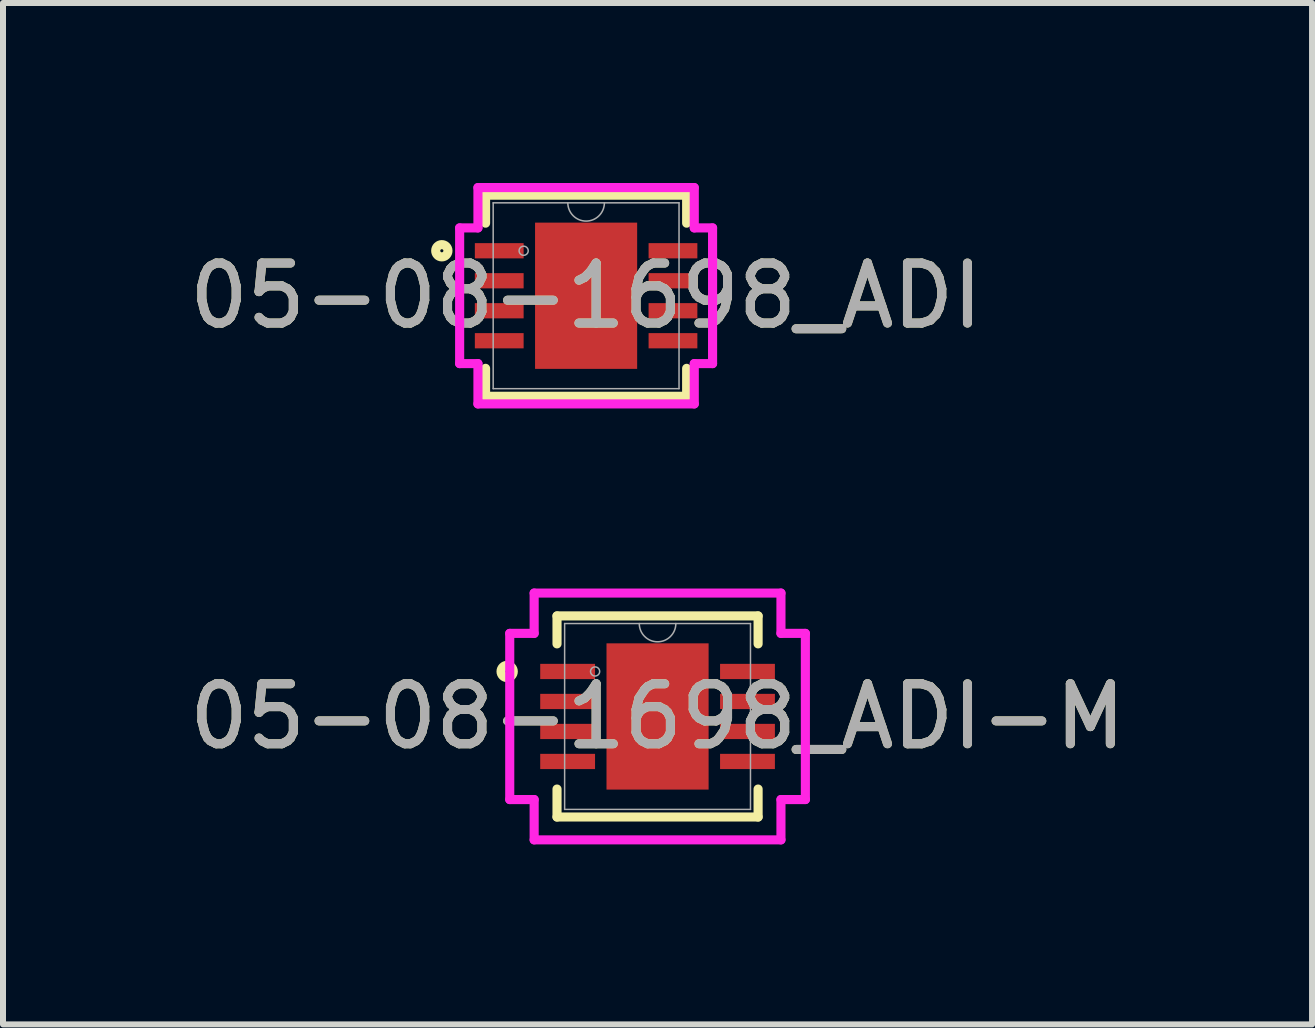
<source format=kicad_pcb>
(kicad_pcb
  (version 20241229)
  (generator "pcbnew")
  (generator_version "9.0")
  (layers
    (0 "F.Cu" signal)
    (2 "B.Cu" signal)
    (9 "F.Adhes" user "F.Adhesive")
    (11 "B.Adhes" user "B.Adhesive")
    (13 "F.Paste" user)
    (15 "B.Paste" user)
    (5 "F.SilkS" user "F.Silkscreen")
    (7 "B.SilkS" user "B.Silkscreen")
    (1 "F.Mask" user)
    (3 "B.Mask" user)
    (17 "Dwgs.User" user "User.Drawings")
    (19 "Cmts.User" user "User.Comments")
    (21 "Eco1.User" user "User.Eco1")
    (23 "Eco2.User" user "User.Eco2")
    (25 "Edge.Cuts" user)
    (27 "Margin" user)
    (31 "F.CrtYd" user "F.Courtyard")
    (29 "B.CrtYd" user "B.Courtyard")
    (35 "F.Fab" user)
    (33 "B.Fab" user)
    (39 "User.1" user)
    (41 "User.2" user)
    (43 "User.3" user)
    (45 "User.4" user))
  (footprint "05-08-1698_ADI-M"
    (layer "F.Cu")
    (at 7.911 8.893)
    (property "Reference" "05-08-1698_ADI-M" (at 0 0 0) (unlocked yes) (layer "F.SilkS") (effects (font (size 1 1) (thickness 0.15))))
    (attr smd)
    (fp_line (start -1.676 -1.676) (end -1.676 -1.21) (stroke (width 0.152) (type solid)) (layer "F.SilkS"))
    (fp_line (start -1.676 1.21) (end -1.676 1.676) (stroke (width 0.152) (type solid)) (layer "F.SilkS"))
    (fp_line (start -1.676 1.676) (end 1.676 1.676) (stroke (width 0.152) (type solid)) (layer "F.SilkS"))
    (fp_line (start 1.676 -1.676) (end -1.676 -1.676) (stroke (width 0.152) (type solid)) (layer "F.SilkS"))
    (fp_line (start 1.676 -1.21) (end 1.676 -1.676) (stroke (width 0.152) (type solid)) (layer "F.SilkS"))
    (fp_line (start 1.676 1.676) (end 1.676 1.21) (stroke (width 0.152) (type solid)) (layer "F.SilkS"))
    (fp_circle (center -2.507 -0.75) (end -2.405 -0.75) (stroke (width 0.152) (type solid)) (fill no) (layer "F.SilkS"))
    (fp_line (start -2.464 -1.385) (end -2.057 -1.385) (stroke (width 0.152) (type solid)) (layer "F.CrtYd"))
    (fp_line (start -2.464 1.385) (end -2.464 -1.385) (stroke (width 0.152) (type solid)) (layer "F.CrtYd"))
    (fp_line (start -2.464 1.385) (end -2.057 1.385) (stroke (width 0.152) (type solid)) (layer "F.CrtYd"))
    (fp_line (start -2.057 -2.057) (end 2.057 -2.057) (stroke (width 0.152) (type solid)) (layer "F.CrtYd"))
    (fp_line (start -2.057 -1.385) (end -2.057 -2.057) (stroke (width 0.152) (type solid)) (layer "F.CrtYd"))
    (fp_line (start -2.057 2.057) (end -2.057 1.385) (stroke (width 0.152) (type solid)) (layer "F.CrtYd"))
    (fp_line (start 2.057 -2.057) (end 2.057 -1.385) (stroke (width 0.152) (type solid)) (layer "F.CrtYd"))
    (fp_line (start 2.057 1.385) (end 2.057 2.057) (stroke (width 0.152) (type solid)) (layer "F.CrtYd"))
    (fp_line (start 2.057 2.057) (end -2.057 2.057) (stroke (width 0.152) (type solid)) (layer "F.CrtYd"))
    (fp_line (start 2.464 -1.385) (end 2.057 -1.385) (stroke (width 0.152) (type solid)) (layer "F.CrtYd"))
    (fp_line (start 2.464 -1.385) (end 2.464 1.385) (stroke (width 0.152) (type solid)) (layer "F.CrtYd"))
    (fp_line (start 2.464 1.385) (end 2.057 1.385) (stroke (width 0.152) (type solid)) (layer "F.CrtYd"))
    (fp_line (start -1.549 -1.549) (end -1.549 1.549) (stroke (width 0.025) (type solid)) (layer "F.Fab"))
    (fp_line (start -1.549 1.549) (end 1.549 1.549) (stroke (width 0.025) (type solid)) (layer "F.Fab"))
    (fp_line (start 1.549 -1.549) (end -1.549 -1.549) (stroke (width 0.025) (type solid)) (layer "F.Fab"))
    (fp_line (start 1.549 1.549) (end 1.549 -1.549) (stroke (width 0.025) (type solid)) (layer "F.Fab"))
    (fp_arc (start 0.3048 -1.5494) (mid 0 -1.2446) (end -0.3048 -1.5494) (stroke (width 0.0254) (type solid)) (layer "F.Fab"))
    (fp_circle (center -1.041 -0.75) (end -0.965 -0.75) (stroke (width 0.025) (type solid)) (fill no) (layer "F.Fab"))
    (fp_text user "${REFERENCE}" (at 0 0 0) (unlocked yes) (layer "F.Fab") (effects (font (size 1 1) (thickness 0.15))))
    (pad "1" smd rect (at -1.499 -0.75) (size 0.914 0.254) (layers "F.Cu" "F.Mask" "F.Paste"))
    (pad "2" smd rect (at -1.499 -0.25) (size 0.914 0.254) (layers "F.Cu" "F.Mask" "F.Paste"))
    (pad "3" smd rect (at -1.499 0.25) (size 0.914 0.254) (layers "F.Cu" "F.Mask" "F.Paste"))
    (pad "4" smd rect (at -1.499 0.75) (size 0.914 0.254) (layers "F.Cu" "F.Mask" "F.Paste"))
    (pad "5" smd rect (at 1.499 0.75) (size 0.914 0.254) (layers "F.Cu" "F.Mask" "F.Paste"))
    (pad "6" smd rect (at 1.499 0.25) (size 0.914 0.254) (layers "F.Cu" "F.Mask" "F.Paste"))
    (pad "7" smd rect (at 1.499 -0.25) (size 0.914 0.254) (layers "F.Cu" "F.Mask" "F.Paste"))
    (pad "8" smd rect (at 1.499 -0.75) (size 0.914 0.254) (layers "F.Cu" "F.Mask" "F.Paste"))
    (pad "9" smd rect (at 0 0) (size 1.702 2.438) (layers "F.Cu" "F.Mask" "F.Paste")))
  (footprint "05-08-1698_ADI"
    (layer "F.Cu")
    (at 6.72 1.88)
    (property "Reference" "05-08-1698_ADI" (at 0 0 0) (unlocked yes) (layer "F.SilkS") (effects (font (size 1 1) (thickness 0.15))))
    (attr smd)
    (fp_line (start -1.676 -1.676) (end -1.676 -1.21) (stroke (width 0.152) (type solid)) (layer "F.SilkS"))
    (fp_line (start -1.676 1.21) (end -1.676 1.676) (stroke (width 0.152) (type solid)) (layer "F.SilkS"))
    (fp_line (start -1.676 1.676) (end 1.676 1.676) (stroke (width 0.152) (type solid)) (layer "F.SilkS"))
    (fp_line (start 1.676 -1.676) (end -1.676 -1.676) (stroke (width 0.152) (type solid)) (layer "F.SilkS"))
    (fp_line (start 1.676 -1.21) (end 1.676 -1.676) (stroke (width 0.152) (type solid)) (layer "F.SilkS"))
    (fp_line (start 1.676 1.676) (end 1.676 1.21) (stroke (width 0.152) (type solid)) (layer "F.SilkS"))
    (fp_circle (center -2.405 -0.75) (end -2.303 -0.75) (stroke (width 0.152) (type solid)) (fill no) (layer "F.SilkS"))
    (fp_line (start -2.108 -1.131) (end -1.803 -1.131) (stroke (width 0.152) (type solid)) (layer "F.CrtYd"))
    (fp_line (start -2.108 1.131) (end -2.108 -1.131) (stroke (width 0.152) (type solid)) (layer "F.CrtYd"))
    (fp_line (start -2.108 1.131) (end -1.803 1.131) (stroke (width 0.152) (type solid)) (layer "F.CrtYd"))
    (fp_line (start -1.803 -1.803) (end 1.803 -1.803) (stroke (width 0.152) (type solid)) (layer "F.CrtYd"))
    (fp_line (start -1.803 -1.131) (end -1.803 -1.803) (stroke (width 0.152) (type solid)) (layer "F.CrtYd"))
    (fp_line (start -1.803 1.803) (end -1.803 1.131) (stroke (width 0.152) (type solid)) (layer "F.CrtYd"))
    (fp_line (start 1.803 -1.803) (end 1.803 -1.131) (stroke (width 0.152) (type solid)) (layer "F.CrtYd"))
    (fp_line (start 1.803 1.131) (end 1.803 1.803) (stroke (width 0.152) (type solid)) (layer "F.CrtYd"))
    (fp_line (start 1.803 1.803) (end -1.803 1.803) (stroke (width 0.152) (type solid)) (layer "F.CrtYd"))
    (fp_line (start 2.108 -1.131) (end 1.803 -1.131) (stroke (width 0.152) (type solid)) (layer "F.CrtYd"))
    (fp_line (start 2.108 -1.131) (end 2.108 1.131) (stroke (width 0.152) (type solid)) (layer "F.CrtYd"))
    (fp_line (start 2.108 1.131) (end 1.803 1.131) (stroke (width 0.152) (type solid)) (layer "F.CrtYd"))
    (fp_line (start -1.549 -1.549) (end -1.549 1.549) (stroke (width 0.025) (type solid)) (layer "F.Fab"))
    (fp_line (start -1.549 1.549) (end 1.549 1.549) (stroke (width 0.025) (type solid)) (layer "F.Fab"))
    (fp_line (start 1.549 -1.549) (end -1.549 -1.549) (stroke (width 0.025) (type solid)) (layer "F.Fab"))
    (fp_line (start 1.549 1.549) (end 1.549 -1.549) (stroke (width 0.025) (type solid)) (layer "F.Fab"))
    (fp_arc (start 0.3048 -1.5494) (mid 0 -1.2446) (end -0.3048 -1.5494) (stroke (width 0.0254) (type solid)) (layer "F.Fab"))
    (fp_circle (center -1.041 -0.75) (end -0.965 -0.75) (stroke (width 0.025) (type solid)) (fill no) (layer "F.Fab"))
    (fp_text user "${REFERENCE}" (at 0 0 0) (unlocked yes) (layer "F.Fab") (effects (font (size 1 1) (thickness 0.15))))
    (pad "1" smd rect (at -1.448 -0.75) (size 0.813 0.254) (layers "F.Cu" "F.Mask" "F.Paste"))
    (pad "2" smd rect (at -1.448 -0.25) (size 0.813 0.254) (layers "F.Cu" "F.Mask" "F.Paste"))
    (pad "3" smd rect (at -1.448 0.25) (size 0.813 0.254) (layers "F.Cu" "F.Mask" "F.Paste"))
    (pad "4" smd rect (at -1.448 0.75) (size 0.813 0.254) (layers "F.Cu" "F.Mask" "F.Paste"))
    (pad "5" smd rect (at 1.448 0.75) (size 0.813 0.254) (layers "F.Cu" "F.Mask" "F.Paste"))
    (pad "6" smd rect (at 1.448 0.25) (size 0.813 0.254) (layers "F.Cu" "F.Mask" "F.Paste"))
    (pad "7" smd rect (at 1.448 -0.25) (size 0.813 0.254) (layers "F.Cu" "F.Mask" "F.Paste"))
    (pad "8" smd rect (at 1.448 -0.75) (size 0.813 0.254) (layers "F.Cu" "F.Mask" "F.Paste"))
    (pad "9" smd rect (at 0 0) (size 1.702 2.438) (layers "F.Cu" "F.Mask" "F.Paste")))
  (gr_rect
    (start -3 -3)
    (end 18.821 14.026)
    (stroke (width 0.1) (type default))
    (fill no)
    (layer "Edge.Cuts")))
</source>
